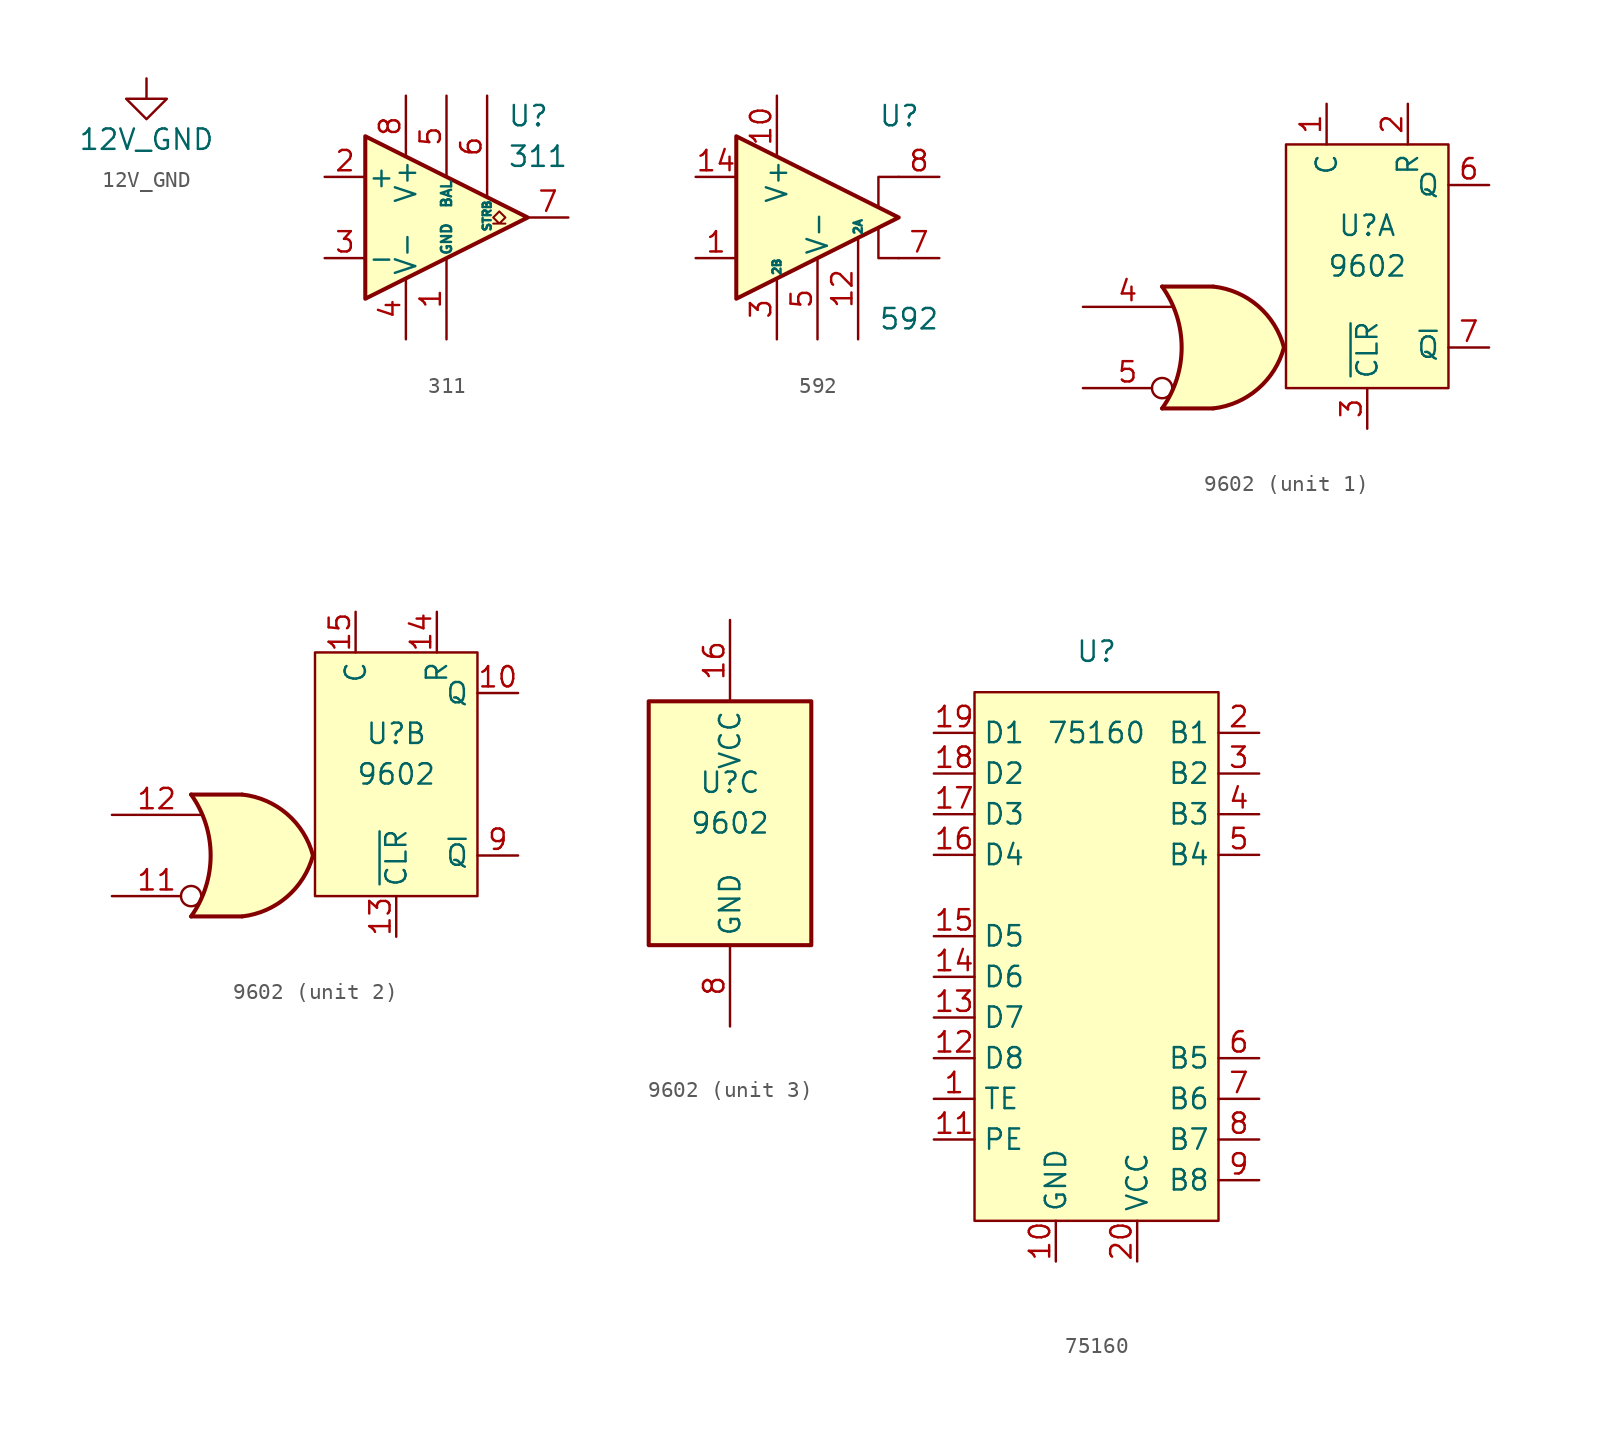
<source format=kicad_sym>
(kicad_symbol_lib
  (version 20220914)
  (generator kicad_symbol_editor)
  (symbol "12V_GND"
    (property "Reference" "#PWR"
      (at 0 -3.81 0)
      (effects (font (size 1.27 1.27)) hide))
    (property "Value" "12V_GND"
      (at 0 -3.81 0)
      (effects (font (size 1.27 1.27))))
    (symbol "12V_GND_0_1"
      (polyline (pts (xy 0 0) (xy 0 -1.27) (xy 1.27 -1.27) (xy 0 -2.54) (xy -1.27 -1.27) (xy 0 -1.27)) (stroke (width 0) (type default)) (fill (type none))))
    (symbol "12V_GND_1_1"
      (pin power_in line (at 0 0 270) (length 0) hide (name "12V_GND" (effects (font (size 1.27 1.27)))) (number "1" (effects (font (size 1.27 1.27)))))))
  (symbol "311"
    (pin_names
      (offset 0.127))
    (property "Reference" "U"
      (at 3.81 6.35 0)
      (effects (font (size 1.27 1.27)) (justify left)))
    (property "Value" "311"
      (at 3.81 3.81 0)
      (effects (font (size 1.27 1.27)) (justify left)))
    (symbol "311_0_1"
      (polyline (pts (xy 5.08 0) (xy -5.08 5.08) (xy -5.08 -5.08) (xy 5.08 0)) (stroke (width 0.254) (type default)) (fill (type background)))
      (polyline (pts (xy 3.683 -0.381) (xy 3.302 -0.381) (xy 3.683 0) (xy 3.302 0.381) (xy 2.921 0) (xy 3.302 -0.381) (xy 2.921 -0.381)) (stroke (width 0.127) (type default)) (fill (type none))))
    (symbol "311_1_1"
      (pin passive line (at 0 -7.62 90) (length 5.08) (name "GND" (effects (font (size 0.635 0.635)))) (number "1" (effects (font (size 1.27 1.27)))))
      (pin input line (at -7.62 2.54 0) (length 2.54) (name "+" (effects (font (size 1.27 1.27)))) (number "2" (effects (font (size 1.27 1.27)))))
      (pin input line (at -7.62 -2.54 0) (length 2.54) (name "-" (effects (font (size 1.27 1.27)))) (number "3" (effects (font (size 1.27 1.27)))))
      (pin power_in line (at -2.54 -7.62 90) (length 3.81) (name "V-" (effects (font (size 1.27 1.27)))) (number "4" (effects (font (size 1.27 1.27)))))
      (pin passive line (at 0 7.62 270) (length 5.08) (name "BAL" (effects (font (size 0.635 0.635)))) (number "5" (effects (font (size 1.27 1.27)))))
      (pin passive line (at 2.54 7.62 270) (length 6.35) (name "STRB" (effects (font (size 0.508 0.508)))) (number "6" (effects (font (size 1.27 1.27)))))
      (pin open_collector line (at 7.62 0 180) (length 2.54) (name "~" (effects (font (size 1.27 1.27)))) (number "7" (effects (font (size 1.27 1.27)))))
      (pin power_in line (at -2.54 7.62 270) (length 3.81) (name "V+" (effects (font (size 1.27 1.27)))) (number "8" (effects (font (size 1.27 1.27)))))))
  (symbol "592"
    (pin_names
      (offset 0.127))
    (property "Reference" "U"
      (at 3.81 6.35 0)
      (effects (font (size 1.27 1.27)) (justify left)))
    (property "Value" "592"
      (at 3.81 -6.35 0)
      (effects (font (size 1.27 1.27)) (justify left)))
    (symbol "592_0_1"
      (polyline (pts (xy 5.08 -2.54) (xy 3.81 -2.54) (xy 3.81 -0.635)) (stroke (width 0) (type default)) (fill (type none)))
      (polyline (pts (xy 5.08 2.54) (xy 3.81 2.54) (xy 3.81 0.635)) (stroke (width 0) (type default)) (fill (type none)))
      (polyline (pts (xy 5.08 0) (xy -5.08 5.08) (xy -5.08 -5.08) (xy 5.08 0)) (stroke (width 0.254) (type default)) (fill (type background))))
    (symbol "592_1_1"
      (pin input line (at -7.62 -2.54 0) (length 2.54) (name "~" (effects (font (size 1.27 1.27)))) (number "1" (effects (font (size 1.27 1.27)))))
      (pin power_in line (at -2.54 7.62 270) (length 3.81) (name "V+" (effects (font (size 1.27 1.27)))) (number "10" (effects (font (size 1.27 1.27)))))
      (pin no_connect line (at 0 7.62 270) (length 5.08) hide (name "1A" (effects (font (size 0.508 0.508)))) (number "11" (effects (font (size 1.27 1.27)))))
      (pin passive line (at 2.54 -7.62 90) (length 6.35) (name "2A" (effects (font (size 0.508 0.508)))) (number "12" (effects (font (size 1.27 1.27)))))
      (pin no_connect line (at -2.54 -3.81 90) (length 2.54) hide (name "NC" (effects (font (size 1.27 1.27)))) (number "13" (effects (font (size 1.27 1.27)))))
      (pin input line (at -7.62 2.54 0) (length 2.54) (name "~" (effects (font (size 1.27 1.27)))) (number "14" (effects (font (size 1.27 1.27)))))
      (pin no_connect line (at 2.54 1.27 270) (length 2.54) hide (name "NC" (effects (font (size 1.27 1.27)))) (number "2" (effects (font (size 1.27 1.27)))))
      (pin passive line (at -2.54 -7.62 90) (length 3.81) (name "2B" (effects (font (size 0.508 0.508)))) (number "3" (effects (font (size 1.27 1.27)))))
      (pin no_connect line (at 2.54 7.62 270) (length 6.35) hide (name "1B" (effects (font (size 0.508 0.508)))) (number "4" (effects (font (size 1.27 1.27)))))
      (pin power_in line (at 0 -7.62 90) (length 5.08) (name "V-" (effects (font (size 1.27 1.27)))) (number "5" (effects (font (size 1.27 1.27)))))
      (pin no_connect line (at 0 2.54 270) (length 2.54) hide (name "NC" (effects (font (size 1.27 1.27)))) (number "6" (effects (font (size 1.27 1.27)))))
      (pin output line (at 7.62 -2.54 180) (length 2.54) (name "~" (effects (font (size 1.27 1.27)))) (number "7" (effects (font (size 1.27 1.27)))))
      (pin output line (at 7.62 2.54 180) (length 2.54) (name "~" (effects (font (size 1.27 1.27)))) (number "8" (effects (font (size 1.27 1.27)))))
      (pin no_connect line (at 0 -2.54 90) (length 2.54) hide (name "NC" (effects (font (size 1.27 1.27)))) (number "9" (effects (font (size 1.27 1.27)))))))
  (symbol "9602"
    (property "Reference" "U"
      (at 0 2.54 0)
      (effects (font (size 1.27 1.27))))
    (property "Value" "9602"
      (at 0 0 0)
      (effects (font (size 1.27 1.27))))
    (property "ki_locked" ""
      (at 0 0 0)
      (effects (font (size 1.27 1.27))))
    (symbol "9602_1_1"
      (arc (start -12.8272 -8.89) (mid -11.6062 -5.08) (end -12.8272 -1.27) (stroke (width 0.254) (type default)) (fill (type none)))
      (arc (start -9.6268 -8.89) (mid -6.8317 -7.664) (end -5.2072 -5.08) (stroke (width 0.254) (type default)) (fill (type background)))
      (arc (start -5.2072 -5.08) (mid -6.8244 -2.4875) (end -9.6268 -1.27) (stroke (width 0.254) (type default)) (fill (type background)))
      (rectangle (start -5.08 7.62) (end 5.08 -7.62) (stroke (width 0) (type default)) (fill (type background)))
      (polyline (pts (xy -12.827 -8.89) (xy -9.652 -8.89)) (stroke (width 0.254) (type default)) (fill (type background)))
      (polyline (pts (xy -12.827 -1.27) (xy -9.652 -1.27)) (stroke (width 0.254) (type default)) (fill (type background)))
      (polyline (pts (xy -9.652 -1.27) (xy -12.827 -1.27) (xy -12.827 -1.27) (xy -12.573 -1.676) (xy -12.04 -2.819) (xy -11.71 -4.039) (xy -11.633 -5.334) (xy -11.786 -6.579) (xy -12.192 -7.798) (xy -12.827 -8.89) (xy -12.827 -8.89) (xy -9.652 -8.89)) (stroke (width -25.4) (type default)) (fill (type background)))
      (pin passive line (at -2.54 10.16 270) (length 2.54) (name "C" (effects (font (size 1.27 1.27)))) (number "1" (effects (font (size 1.27 1.27)))))
      (pin passive line (at 2.54 10.16 270) (length 2.54) (name "R" (effects (font (size 1.27 1.27)))) (number "2" (effects (font (size 1.27 1.27)))))
      (pin input line (at 0 -10.16 90) (length 2.54) (name "~{CLR}" (effects (font (size 1.27 1.27)))) (number "3" (effects (font (size 1.27 1.27)))))
      (pin input line (at -17.78 -2.54 0) (length 5.588) (name "~" (effects (font (size 1.27 1.27)))) (number "4" (effects (font (size 1.27 1.27)))))
      (pin input inverted (at -17.78 -7.62 0) (length 5.588) (name "~" (effects (font (size 1.27 1.27)))) (number "5" (effects (font (size 1.27 1.27)))))
      (pin output line (at 7.62 5.08 180) (length 2.54) (name "Q" (effects (font (size 1.27 1.27)))) (number "6" (effects (font (size 1.27 1.27)))))
      (pin output line (at 7.62 -5.08 180) (length 2.54) (name "~{Q}" (effects (font (size 1.27 1.27)))) (number "7" (effects (font (size 1.27 1.27))))))
    (symbol "9602_2_1"
      (arc (start -12.8272 -8.89) (mid -11.6062 -5.08) (end -12.8272 -1.27) (stroke (width 0.254) (type default)) (fill (type none)))
      (arc (start -9.6268 -8.89) (mid -6.8317 -7.664) (end -5.2072 -5.08) (stroke (width 0.254) (type default)) (fill (type background)))
      (arc (start -5.2072 -5.08) (mid -6.8244 -2.4875) (end -9.6268 -1.27) (stroke (width 0.254) (type default)) (fill (type background)))
      (rectangle (start -5.08 7.62) (end 5.08 -7.62) (stroke (width 0) (type default)) (fill (type background)))
      (polyline (pts (xy -12.827 -8.89) (xy -9.652 -8.89)) (stroke (width 0.254) (type default)) (fill (type background)))
      (polyline (pts (xy -12.827 -1.27) (xy -9.652 -1.27)) (stroke (width 0.254) (type default)) (fill (type background)))
      (polyline (pts (xy -9.652 -1.27) (xy -12.827 -1.27) (xy -12.827 -1.27) (xy -12.573 -1.676) (xy -12.04 -2.819) (xy -11.71 -4.039) (xy -11.633 -5.334) (xy -11.786 -6.579) (xy -12.192 -7.798) (xy -12.827 -8.89) (xy -12.827 -8.89) (xy -9.652 -8.89)) (stroke (width -25.4) (type default)) (fill (type background)))
      (pin output line (at 7.62 5.08 180) (length 2.54) (name "Q" (effects (font (size 1.27 1.27)))) (number "10" (effects (font (size 1.27 1.27)))))
      (pin input inverted (at -17.78 -7.62 0) (length 5.588) (name "~" (effects (font (size 1.27 1.27)))) (number "11" (effects (font (size 1.27 1.27)))))
      (pin input line (at -17.78 -2.54 0) (length 5.588) (name "~" (effects (font (size 1.27 1.27)))) (number "12" (effects (font (size 1.27 1.27)))))
      (pin input line (at 0 -10.16 90) (length 2.54) (name "~{CLR}" (effects (font (size 1.27 1.27)))) (number "13" (effects (font (size 1.27 1.27)))))
      (pin passive line (at 2.54 10.16 270) (length 2.54) (name "R" (effects (font (size 1.27 1.27)))) (number "14" (effects (font (size 1.27 1.27)))))
      (pin passive line (at -2.54 10.16 270) (length 2.54) (name "C" (effects (font (size 1.27 1.27)))) (number "15" (effects (font (size 1.27 1.27)))))
      (pin output line (at 7.62 -5.08 180) (length 2.54) (name "~{Q}" (effects (font (size 1.27 1.27)))) (number "9" (effects (font (size 1.27 1.27))))))
    (symbol "9602_3_0"
      (pin power_in line (at 0 12.7 270) (length 5.08) (name "VCC" (effects (font (size 1.27 1.27)))) (number "16" (effects (font (size 1.27 1.27)))))
      (pin power_in line (at 0 -12.7 90) (length 5.08) (name "GND" (effects (font (size 1.27 1.27)))) (number "8" (effects (font (size 1.27 1.27))))))
    (symbol "9602_3_1"
      (rectangle (start -5.08 7.62) (end 5.08 -7.62) (stroke (width 0.254) (type default)) (fill (type background)))))
  (symbol "75160"
    (property "Reference" "U"
      (at 0 17.78 0)
      (effects (font (size 1.27 1.27))))
    (property "Value" "75160"
      (at 0 12.7 0)
      (effects (font (size 1.27 1.27))))
    (symbol "75160_0_1"
      (rectangle (start -7.62 15.24) (end 7.62 -17.78) (stroke (width 0) (type default)) (fill (type background))))
    (symbol "75160_1_1"
      (pin input line (at -10.16 -10.16 0) (length 2.54) (name "TE" (effects (font (size 1.27 1.27)))) (number "1" (effects (font (size 1.27 1.27)))))
      (pin power_in line (at -2.54 -20.32 90) (length 2.54) (name "GND" (effects (font (size 1.27 1.27)))) (number "10" (effects (font (size 1.27 1.27)))))
      (pin input line (at -10.16 -12.7 0) (length 2.54) (name "PE" (effects (font (size 1.27 1.27)))) (number "11" (effects (font (size 1.27 1.27)))))
      (pin tri_state line (at -10.16 -7.62 0) (length 2.54) (name "D8" (effects (font (size 1.27 1.27)))) (number "12" (effects (font (size 1.27 1.27)))))
      (pin tri_state line (at -10.16 -5.08 0) (length 2.54) (name "D7" (effects (font (size 1.27 1.27)))) (number "13" (effects (font (size 1.27 1.27)))))
      (pin tri_state line (at -10.16 -2.54 0) (length 2.54) (name "D6" (effects (font (size 1.27 1.27)))) (number "14" (effects (font (size 1.27 1.27)))))
      (pin tri_state line (at -10.16 0 0) (length 2.54) (name "D5" (effects (font (size 1.27 1.27)))) (number "15" (effects (font (size 1.27 1.27)))))
      (pin tri_state line (at -10.16 5.08 0) (length 2.54) (name "D4" (effects (font (size 1.27 1.27)))) (number "16" (effects (font (size 1.27 1.27)))))
      (pin tri_state line (at -10.16 7.62 0) (length 2.54) (name "D3" (effects (font (size 1.27 1.27)))) (number "17" (effects (font (size 1.27 1.27)))))
      (pin tri_state line (at -10.16 10.16 0) (length 2.54) (name "D2" (effects (font (size 1.27 1.27)))) (number "18" (effects (font (size 1.27 1.27)))))
      (pin tri_state line (at -10.16 12.7 0) (length 2.54) (name "D1" (effects (font (size 1.27 1.27)))) (number "19" (effects (font (size 1.27 1.27)))))
      (pin tri_state line (at 10.16 12.7 180) (length 2.54) (name "B1" (effects (font (size 1.27 1.27)))) (number "2" (effects (font (size 1.27 1.27)))))
      (pin power_in line (at 2.54 -20.32 90) (length 2.54) (name "VCC" (effects (font (size 1.27 1.27)))) (number "20" (effects (font (size 1.27 1.27)))))
      (pin tri_state line (at 10.16 10.16 180) (length 2.54) (name "B2" (effects (font (size 1.27 1.27)))) (number "3" (effects (font (size 1.27 1.27)))))
      (pin tri_state line (at 10.16 7.62 180) (length 2.54) (name "B3" (effects (font (size 1.27 1.27)))) (number "4" (effects (font (size 1.27 1.27)))))
      (pin tri_state line (at 10.16 5.08 180) (length 2.54) (name "B4" (effects (font (size 1.27 1.27)))) (number "5" (effects (font (size 1.27 1.27)))))
      (pin tri_state line (at 10.16 -7.62 180) (length 2.54) (name "B5" (effects (font (size 1.27 1.27)))) (number "6" (effects (font (size 1.27 1.27)))))
      (pin tri_state line (at 10.16 -10.16 180) (length 2.54) (name "B6" (effects (font (size 1.27 1.27)))) (number "7" (effects (font (size 1.27 1.27)))))
      (pin tri_state line (at 10.16 -12.7 180) (length 2.54) (name "B7" (effects (font (size 1.27 1.27)))) (number "8" (effects (font (size 1.27 1.27)))))
      (pin tri_state line (at 10.16 -15.24 180) (length 2.54) (name "B8" (effects (font (size 1.27 1.27)))) (number "9" (effects (font (size 1.27 1.27))))))))
</source>
